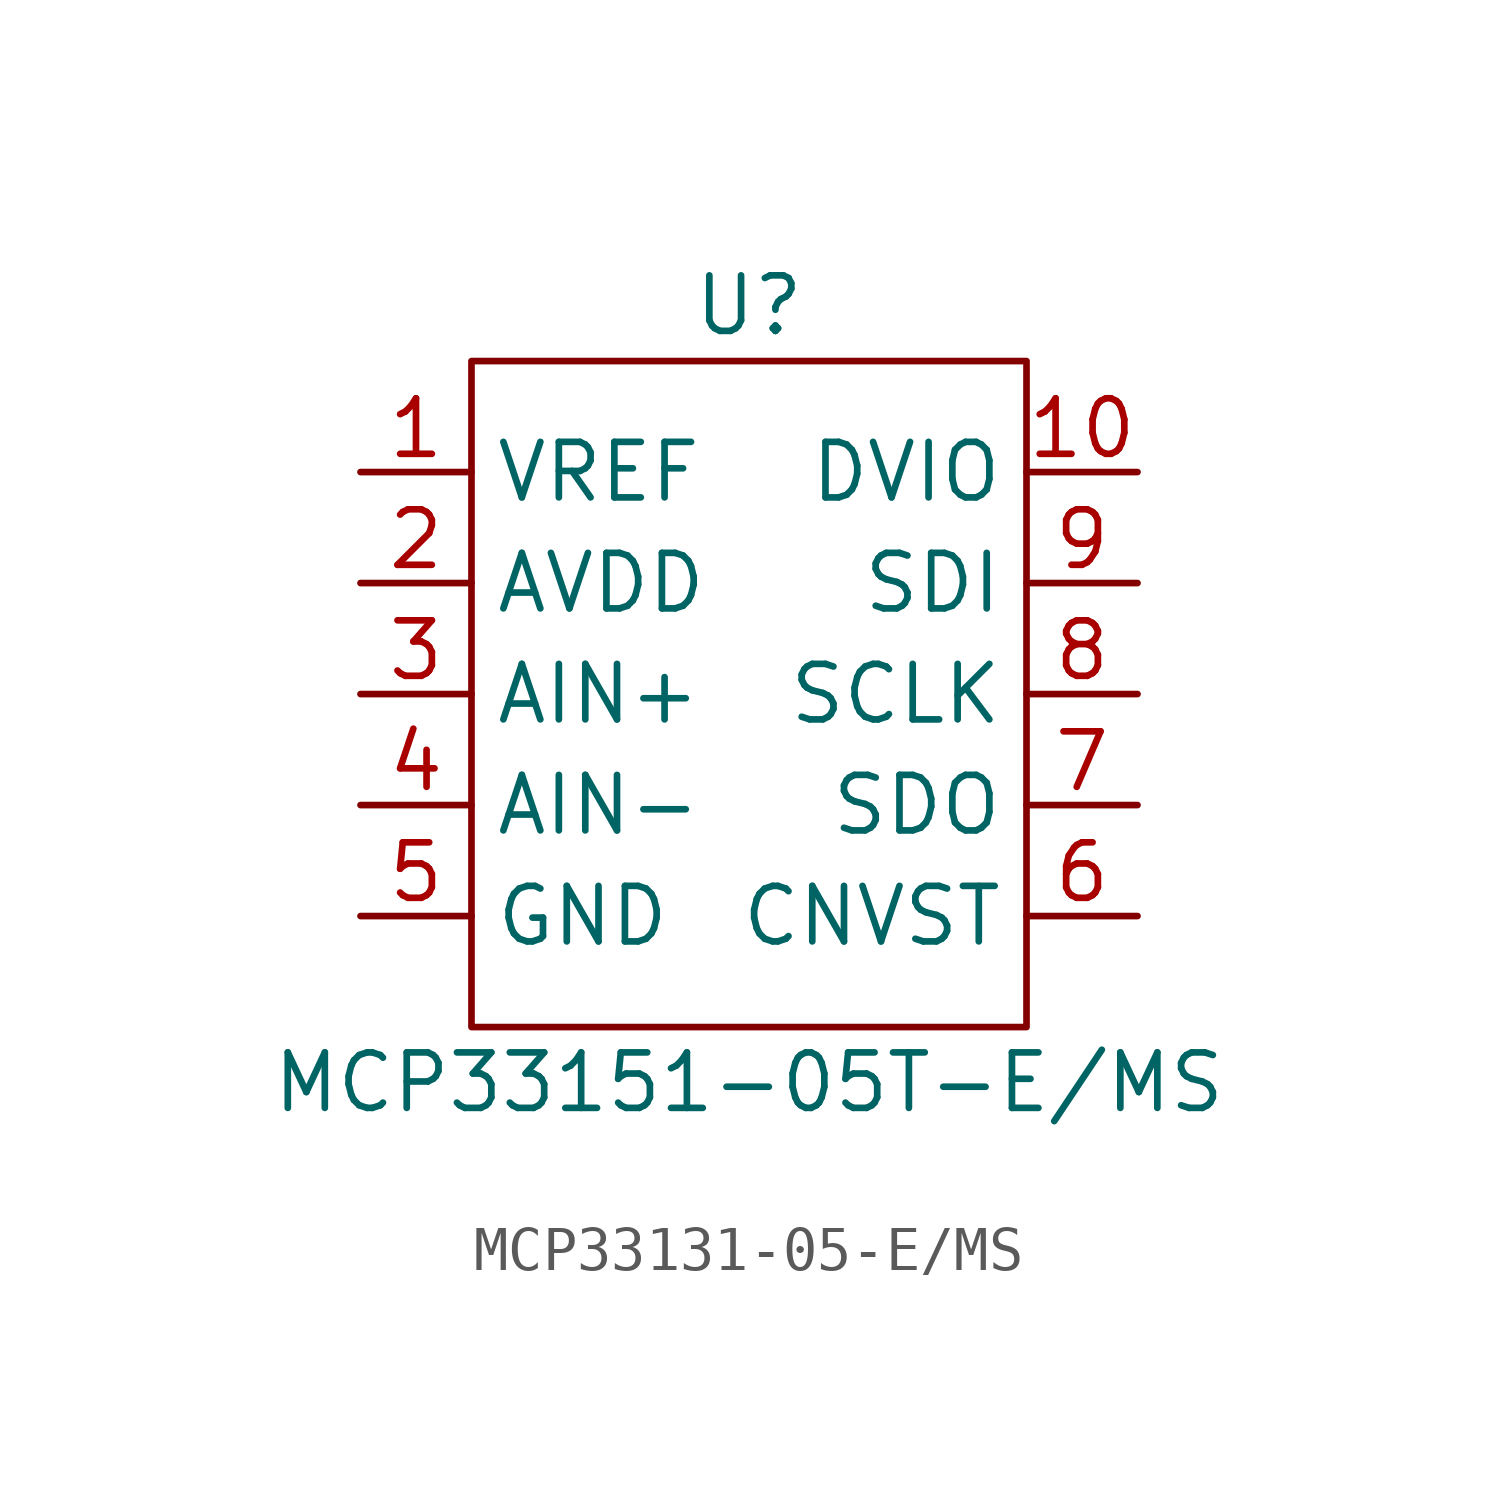
<source format=kicad_sym>
(kicad_symbol_lib
  (version 20220914)
  (generator kicad_symbol_editor)
  (symbol "MCP33131-05-E/MS"
    (property "Reference" "U"
      (at 0 8.89 0)
      (effects (font (size 1.27 1.27))))
    (property "Value" " MCP33151-05T-E/MS"
      (at 0 -8.89 0)
      (effects (font (size 1.27 1.27))))
    (symbol "MCP33131-05-E/MS_0_0"
      (pin passive line (at -8.89 5.08 0) (length 2.54) (name "VREF" (effects (font (size 1.27 1.27)))) (number "1" (effects (font (size 1.27 1.27)))))
      (pin power_in line (at 8.89 5.08 180) (length 2.54) (name "DVIO" (effects (font (size 1.27 1.27)))) (number "10" (effects (font (size 1.27 1.27)))))
      (pin power_in line (at -8.89 2.54 0) (length 2.54) (name "AVDD" (effects (font (size 1.27 1.27)))) (number "2" (effects (font (size 1.27 1.27)))))
      (pin passive line (at -8.89 0 0) (length 2.54) (name "AIN+" (effects (font (size 1.27 1.27)))) (number "3" (effects (font (size 1.27 1.27)))))
      (pin passive line (at -8.89 -2.54 0) (length 2.54) (name "AIN-" (effects (font (size 1.27 1.27)))) (number "4" (effects (font (size 1.27 1.27)))))
      (pin passive line (at -8.89 -5.08 0) (length 2.54) (name "GND" (effects (font (size 1.27 1.27)))) (number "5" (effects (font (size 1.27 1.27)))))
      (pin passive line (at 8.89 -5.08 180) (length 2.54) (name "CNVST" (effects (font (size 1.27 1.27)))) (number "6" (effects (font (size 1.27 1.27)))))
      (pin passive line (at 8.89 -2.54 180) (length 2.54) (name "SDO" (effects (font (size 1.27 1.27)))) (number "7" (effects (font (size 1.27 1.27)))))
      (pin passive line (at 8.89 0 180) (length 2.54) (name "SCLK" (effects (font (size 1.27 1.27)))) (number "8" (effects (font (size 1.27 1.27)))))
      (pin passive line (at 8.89 2.54 180) (length 2.54) (name "SDI" (effects (font (size 1.27 1.27)))) (number "9" (effects (font (size 1.27 1.27))))))
    (symbol "MCP33131-05-E/MS_0_1"
      (rectangle (start -6.35 7.62) (end 6.35 -7.62) (stroke (width 0) (type default)) (fill (type none))))))
</source>
